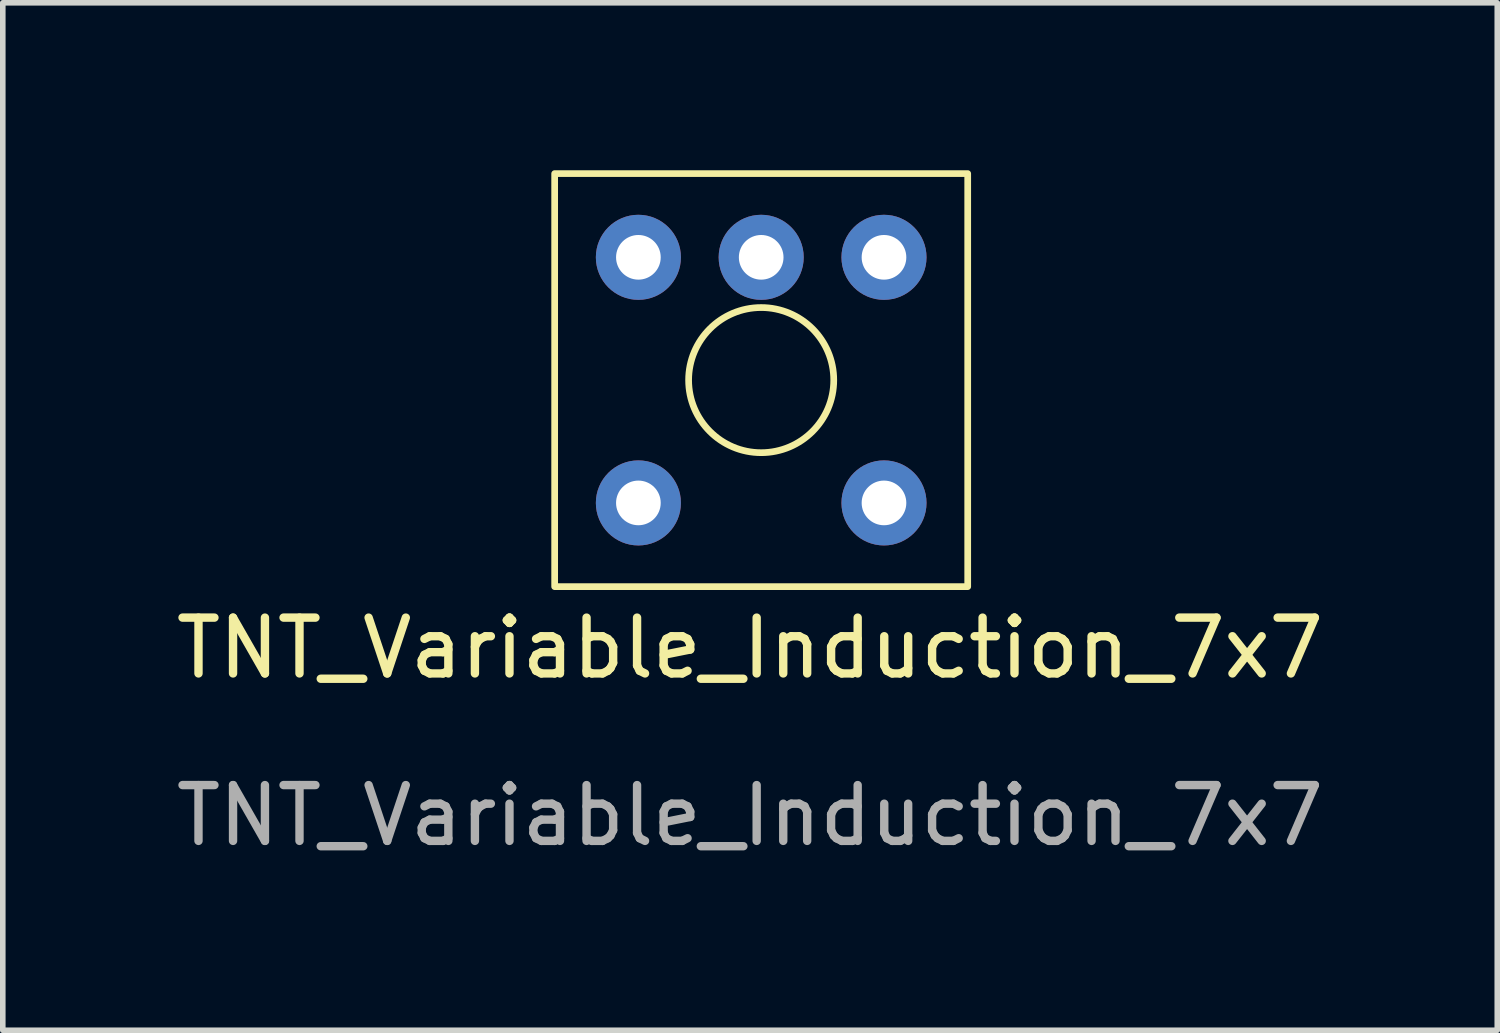
<source format=kicad_pcb>
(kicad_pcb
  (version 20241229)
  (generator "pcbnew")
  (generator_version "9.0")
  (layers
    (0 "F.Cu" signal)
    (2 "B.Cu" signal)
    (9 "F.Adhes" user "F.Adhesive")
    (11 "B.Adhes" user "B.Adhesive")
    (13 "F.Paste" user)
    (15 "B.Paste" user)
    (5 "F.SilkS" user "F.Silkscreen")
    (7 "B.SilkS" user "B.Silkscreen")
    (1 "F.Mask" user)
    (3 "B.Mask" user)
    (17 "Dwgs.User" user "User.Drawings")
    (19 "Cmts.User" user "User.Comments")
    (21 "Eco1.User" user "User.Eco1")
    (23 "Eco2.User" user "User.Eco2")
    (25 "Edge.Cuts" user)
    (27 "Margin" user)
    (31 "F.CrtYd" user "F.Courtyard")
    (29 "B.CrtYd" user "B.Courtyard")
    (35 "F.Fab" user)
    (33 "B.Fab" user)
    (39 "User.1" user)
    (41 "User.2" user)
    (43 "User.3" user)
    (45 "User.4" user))
  (footprint "TNT_Variable_Induction_7x7"
    (layer "F.Cu")
    (at 10.387 9.06)
    (property "Reference" "TNT_Variable_Induction_7x7" (at 0 -0.5 0) (unlocked yes) (layer "F.SilkS") (effects (font (size 1 1) (thickness 0.15))))
    (attr through_hole)
    (fp_rect (start -3.5 -9) (end 3.9 -1.6) (stroke (width 0.12) (type solid)) (fill no) (layer "F.SilkS"))
    (fp_circle (center 0.2 -5.3) (end 1.5 -5.3) (stroke (width 0.12) (type solid)) (fill no) (layer "F.SilkS"))
    (fp_text user "${REFERENCE}" (at 0 2.5 0) (unlocked yes) (layer "F.Fab") (effects (font (size 1 1) (thickness 0.15))))
    (pad "1" thru_hole circle (at -2 -3.1) (size 1.524 1.524) (drill 0.8) (layers "*.Cu" "*.Mask"))
    (pad "2" thru_hole circle (at 2.4 -3.1) (size 1.524 1.524) (drill 0.8) (layers "*.Cu" "*.Mask"))
    (pad "3" thru_hole circle (at -2 -7.5) (size 1.524 1.524) (drill 0.8) (layers "*.Cu" "*.Mask"))
    (pad "4" thru_hole circle (at 0.2 -7.5) (size 1.524 1.524) (drill 0.8) (layers "*.Cu" "*.Mask"))
    (pad "5" thru_hole circle (at 2.4 -7.5) (size 1.524 1.524) (drill 0.8) (layers "*.Cu" "*.Mask")))
  (gr_rect
    (start -3 -3)
    (end 23.774 15.408)
    (stroke (width 0.1) (type default))
    (fill no)
    (layer "Edge.Cuts")))
</source>
